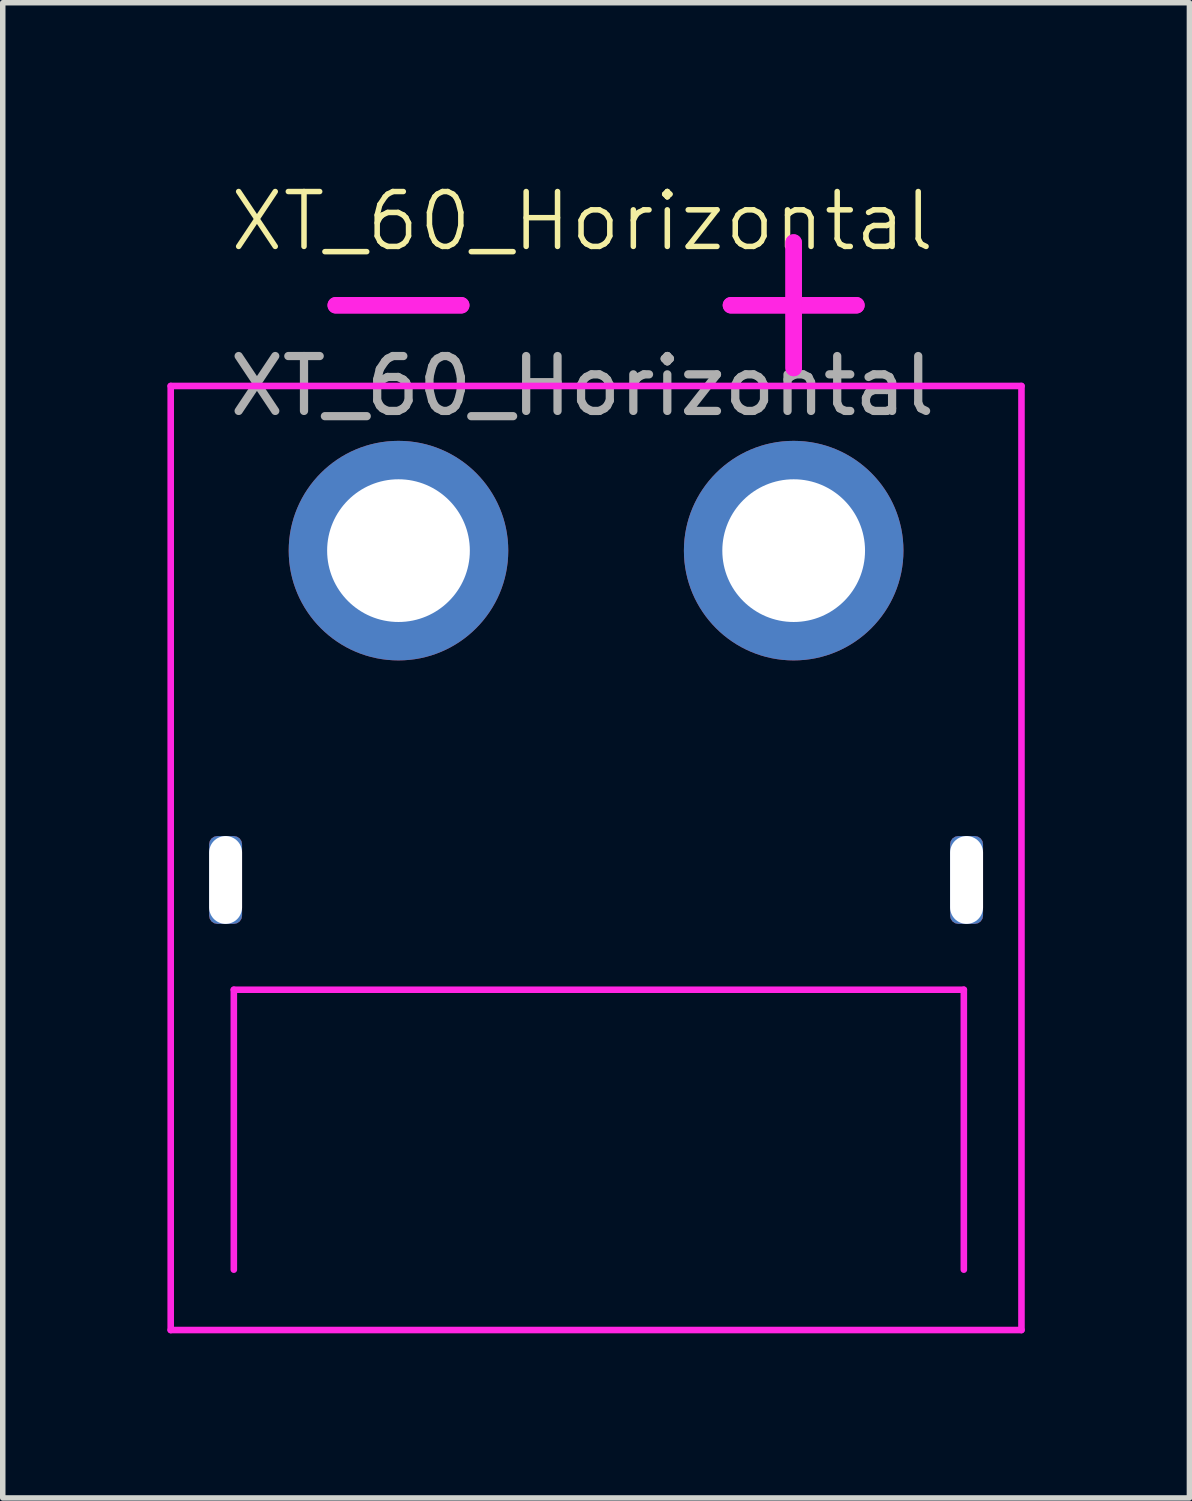
<source format=kicad_pcb>
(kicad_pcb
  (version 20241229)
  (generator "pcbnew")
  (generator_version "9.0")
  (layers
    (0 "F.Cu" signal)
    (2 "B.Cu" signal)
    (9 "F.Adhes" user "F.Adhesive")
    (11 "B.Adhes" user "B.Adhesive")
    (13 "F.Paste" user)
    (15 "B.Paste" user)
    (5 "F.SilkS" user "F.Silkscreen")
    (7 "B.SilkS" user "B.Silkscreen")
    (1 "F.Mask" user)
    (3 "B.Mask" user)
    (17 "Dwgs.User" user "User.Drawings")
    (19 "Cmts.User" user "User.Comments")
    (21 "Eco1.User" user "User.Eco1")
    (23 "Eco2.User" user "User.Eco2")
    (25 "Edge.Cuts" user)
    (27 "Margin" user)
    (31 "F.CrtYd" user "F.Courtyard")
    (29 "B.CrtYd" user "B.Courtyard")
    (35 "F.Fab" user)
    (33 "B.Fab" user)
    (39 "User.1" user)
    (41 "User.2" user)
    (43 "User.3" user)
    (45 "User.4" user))
  (footprint "XT_60_Horizontal"
    (layer "F.Cu")
    (at 7.56 1.482)
    (property "Reference" "XT_60_Horizontal" (at 0 -0.5 0) (unlocked yes) (layer "F.SilkS") (effects (font (size 1 1) (thickness 0.1))))
    (attr smd)
    (fp_line (start -7.5 2.5) (end 8 2.5) (stroke (width 0.12) (type solid)) (layer "F.CrtYd"))
    (fp_line (start -7.5 19.7) (end -7.5 2.5) (stroke (width 0.12) (type solid)) (layer "F.CrtYd"))
    (fp_line (start -6.35 13.5) (end 6.95 13.5) (stroke (width 0.12) (type solid)) (layer "F.CrtYd"))
    (fp_line (start -6.35 18.6) (end -6.35 13.5) (stroke (width 0.12) (type solid)) (layer "F.CrtYd"))
    (fp_line (start 6.95 13.5) (end 6.95 18.6) (stroke (width 0.12) (type solid)) (layer "F.CrtYd"))
    (fp_line (start 8 2.5) (end 8 19.7) (stroke (width 0.12) (type solid)) (layer "F.CrtYd"))
    (fp_line (start 8 19.7) (end -7.5 19.7) (stroke (width 0.12) (type solid)) (layer "F.CrtYd"))
    (fp_text user "-" (at -3.35 0.8 180) (layer "F.CrtYd") (effects (font (size 3 3) (thickness 0.3))))
    (fp_text user "-" (at -3.35 0.8 180) (layer "F.CrtYd") (effects (font (size 3 3) (thickness 0.3))))
    (fp_text user "+" (at 3.85 0.8 180) (layer "F.CrtYd") (effects (font (size 3 3) (thickness 0.3))))
    (fp_text user "+" (at 3.85 0.8 180) (layer "F.CrtYd") (effects (font (size 3 3) (thickness 0.3))))
    (fp_text user "${REFERENCE}" (at 0 2.5 0) (unlocked yes) (layer "F.Fab") (effects (font (size 1 1) (thickness 0.15))))
    (pad "" np_thru_hole roundrect (at -6.5 11.5) (size 0.6 1.6) (drill oval 0.6 1.6) (layers "*.Cu" "*.Mask") (roundrect_rratio 0.25))
    (pad "" np_thru_hole roundrect (at 7 11.5) (size 0.6 1.6) (drill oval 0.6 1.6) (layers "*.Cu" "*.Mask") (roundrect_rratio 0.25))
    (pad "1" thru_hole circle (at 3.85 5.5) (size 4 4) (drill 2.6) (layers "*.Cu" "*.Mask"))
    (pad "2" thru_hole circle (at -3.35 5.5) (size 4 4) (drill 2.6) (layers "*.Cu" "*.Mask")))
  (gr_rect
    (start -3 -3)
    (end 18.62 24.241)
    (stroke (width 0.1) (type default))
    (fill no)
    (layer "Edge.Cuts")))
</source>
